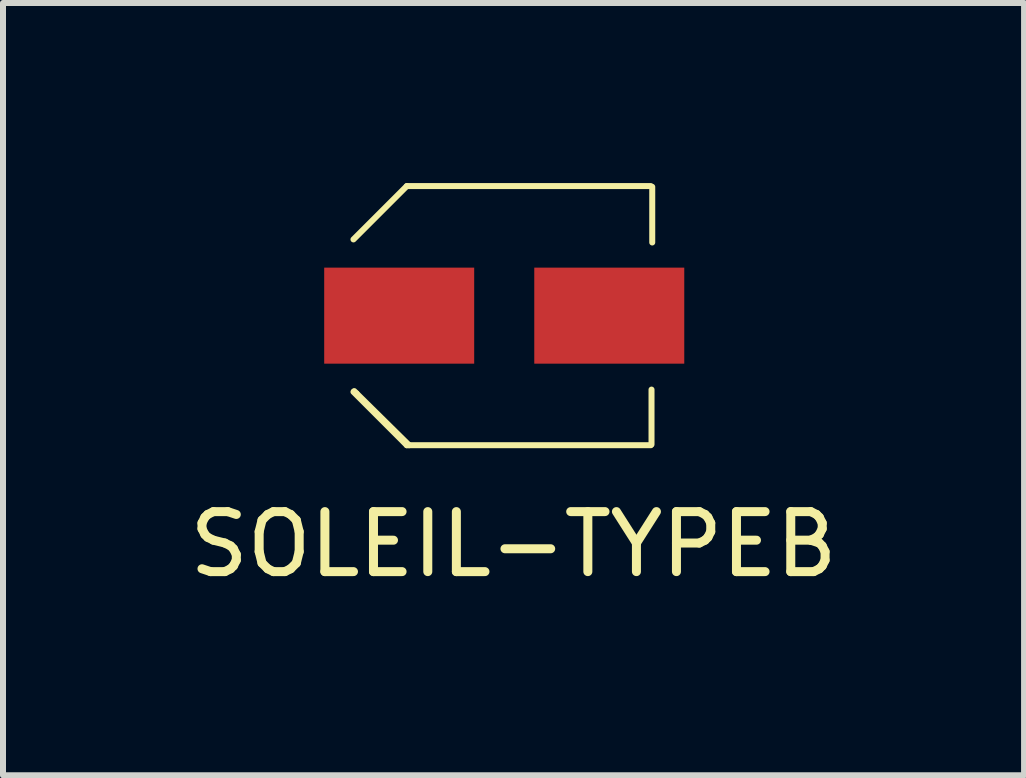
<source format=kicad_pcb>
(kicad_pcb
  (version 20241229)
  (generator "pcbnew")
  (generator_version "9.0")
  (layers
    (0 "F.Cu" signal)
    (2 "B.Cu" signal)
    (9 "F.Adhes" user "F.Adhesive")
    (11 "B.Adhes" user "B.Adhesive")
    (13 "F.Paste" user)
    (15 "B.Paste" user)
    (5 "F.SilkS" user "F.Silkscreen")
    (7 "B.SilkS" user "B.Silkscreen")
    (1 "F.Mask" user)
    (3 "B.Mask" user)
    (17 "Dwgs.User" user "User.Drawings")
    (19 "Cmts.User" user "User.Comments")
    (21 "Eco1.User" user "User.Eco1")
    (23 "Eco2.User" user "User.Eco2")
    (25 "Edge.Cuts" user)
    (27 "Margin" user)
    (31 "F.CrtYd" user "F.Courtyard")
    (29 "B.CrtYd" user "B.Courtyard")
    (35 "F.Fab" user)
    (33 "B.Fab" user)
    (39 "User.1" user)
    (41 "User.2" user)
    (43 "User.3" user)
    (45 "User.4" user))
  (footprint "SOLEIL-TYPEB"
    (layer "F.Cu")
    (at 3.601 2.209)
    (property "Reference" "SOLEIL-TYPEB" (at 1.905 3.81 0) (layer "F.SilkS") (effects (font (size 1 1) (thickness 0.15))))
    (attr through_hole)
    (fp_line (start -0.762 -1.27) (end 0.127 -2.159) (stroke (width 0.1) (type solid)) (layer "F.SilkS"))
    (fp_line (start -0.762 1.27) (end 0.127 2.159) (stroke (width 0.1) (type solid)) (layer "F.SilkS"))
    (fp_line (start -0.711 1.295) (end -0.749 1.257) (stroke (width 0.1) (type solid)) (layer "F.SilkS"))
    (fp_line (start 0.165 2.159) (end -0.711 1.295) (stroke (width 0.1) (type solid)) (layer "F.SilkS"))
    (fp_line (start 4.191 -2.159) (end 0.127 -2.159) (stroke (width 0.1) (type solid)) (layer "F.SilkS"))
    (fp_line (start 4.191 2.159) (end 0.127 2.159) (stroke (width 0.1) (type solid)) (layer "F.SilkS"))
    (fp_line (start 4.204 2.146) (end 4.204 1.232) (stroke (width 0.1) (type solid)) (layer "F.SilkS"))
    (fp_line (start 4.216 -2.146) (end 4.216 -1.219) (stroke (width 0.1) (type solid)) (layer "F.SilkS"))
    (pad "1" smd rect (at 0 0) (size 2.499 1.6) (layers "F.Cu" "F.Mask" "F.Paste"))
    (pad "2" smd rect (at 3.5 0) (size 2.499 1.6) (layers "F.Cu" "F.Mask" "F.Paste")))
  (gr_rect
    (start -3 -3)
    (end 14.012 9.867)
    (stroke (width 0.1) (type default))
    (fill no)
    (layer "Edge.Cuts")))
</source>
